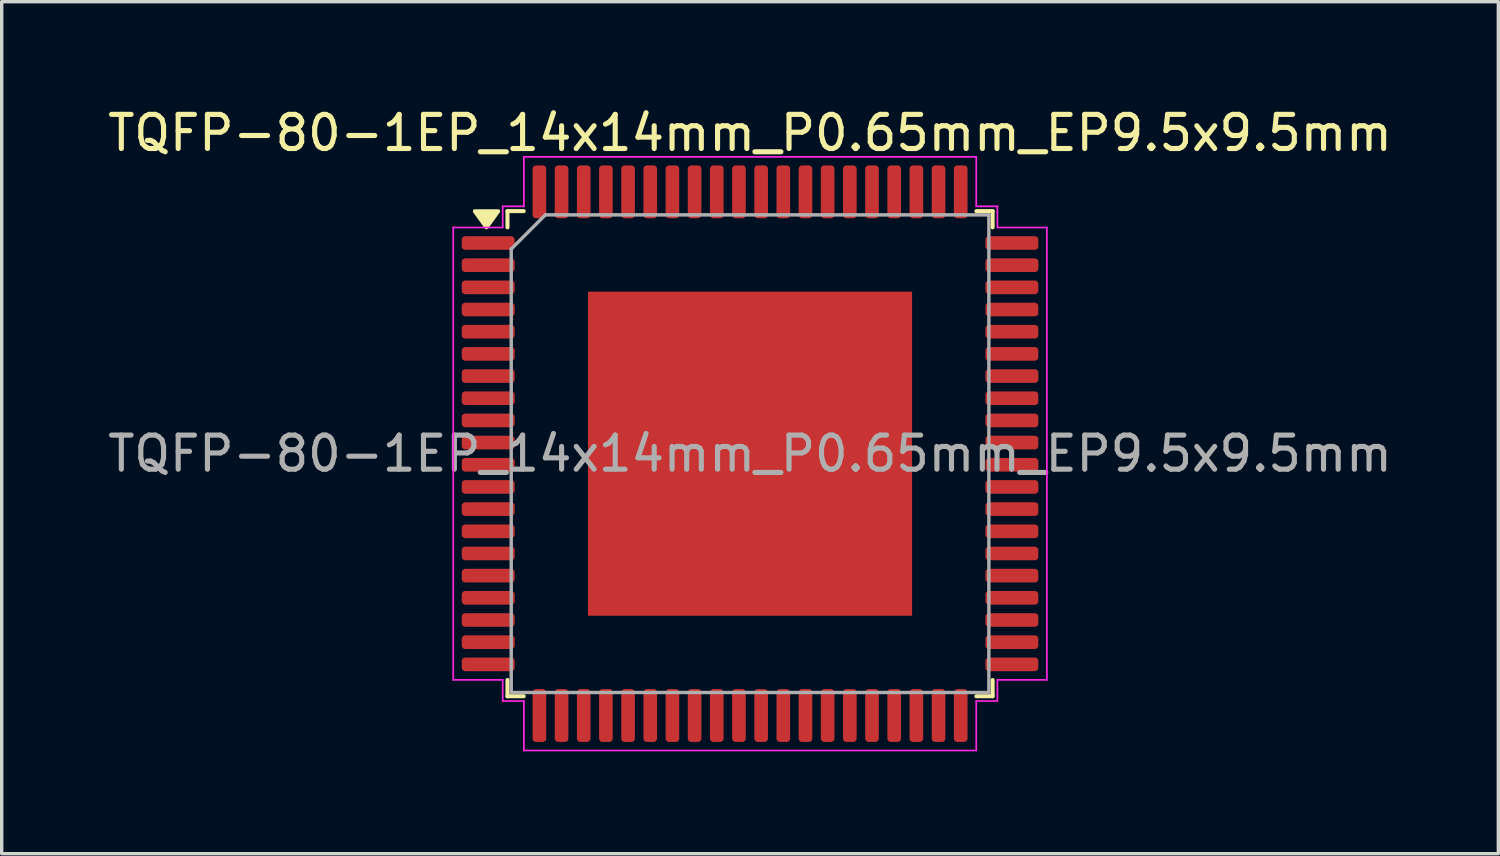
<source format=kicad_pcb>
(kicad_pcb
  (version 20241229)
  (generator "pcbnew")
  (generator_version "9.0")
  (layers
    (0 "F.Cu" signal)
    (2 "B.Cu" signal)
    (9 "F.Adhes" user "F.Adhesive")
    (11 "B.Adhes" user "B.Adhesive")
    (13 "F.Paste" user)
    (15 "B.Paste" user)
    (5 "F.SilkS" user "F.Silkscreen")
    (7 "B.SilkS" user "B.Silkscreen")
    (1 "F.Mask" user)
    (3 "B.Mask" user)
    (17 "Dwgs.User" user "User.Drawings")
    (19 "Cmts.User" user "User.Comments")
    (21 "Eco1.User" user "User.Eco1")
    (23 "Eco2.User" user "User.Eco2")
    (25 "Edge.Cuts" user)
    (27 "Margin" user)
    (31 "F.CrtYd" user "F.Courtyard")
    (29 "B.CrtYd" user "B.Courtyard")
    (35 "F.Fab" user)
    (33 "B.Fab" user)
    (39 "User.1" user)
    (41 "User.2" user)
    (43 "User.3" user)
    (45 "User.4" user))
  (footprint "TQFP-80-1EP_14x14mm_P0.65mm_EP9.5x9.5mm"
    (layer "F.Cu")
    (at 18.935 10.248)
    (property "Reference" "TQFP-80-1EP_14x14mm_P0.65mm_EP9.5x9.5mm" (at 0 -9.4 0) (layer "F.SilkS") (effects (font (size 1 1) (thickness 0.15))))
    (attr smd)
    (fp_line (start -7.11 -7.11) (end -7.11 -6.635) (stroke (width 0.12) (type solid)) (layer "F.SilkS"))
    (fp_line (start -7.11 7.11) (end -7.11 6.635) (stroke (width 0.12) (type solid)) (layer "F.SilkS"))
    (fp_line (start -6.635 -7.11) (end -7.11 -7.11) (stroke (width 0.12) (type solid)) (layer "F.SilkS"))
    (fp_line (start -6.635 7.11) (end -7.11 7.11) (stroke (width 0.12) (type solid)) (layer "F.SilkS"))
    (fp_line (start 6.635 -7.11) (end 7.11 -7.11) (stroke (width 0.12) (type solid)) (layer "F.SilkS"))
    (fp_line (start 6.635 7.11) (end 7.11 7.11) (stroke (width 0.12) (type solid)) (layer "F.SilkS"))
    (fp_line (start 7.11 -7.11) (end 7.11 -6.635) (stroke (width 0.12) (type solid)) (layer "F.SilkS"))
    (fp_line (start 7.11 7.11) (end 7.11 6.635) (stroke (width 0.12) (type solid)) (layer "F.SilkS"))
    (fp_poly (pts (xy -7.725 -6.635) (xy -8.065 -7.105) (xy -7.385 -7.105)) (stroke (width 0.12) (type solid)) (fill yes) (layer "F.SilkS"))
    (fp_line (start -8.7 -6.63) (end -7.25 -6.63) (stroke (width 0.05) (type solid)) (layer "F.CrtYd"))
    (fp_line (start -8.7 6.63) (end -8.7 -6.63) (stroke (width 0.05) (type solid)) (layer "F.CrtYd"))
    (fp_line (start -7.25 -7.25) (end -6.63 -7.25) (stroke (width 0.05) (type solid)) (layer "F.CrtYd"))
    (fp_line (start -7.25 -6.63) (end -7.25 -7.25) (stroke (width 0.05) (type solid)) (layer "F.CrtYd"))
    (fp_line (start -7.25 6.63) (end -8.7 6.63) (stroke (width 0.05) (type solid)) (layer "F.CrtYd"))
    (fp_line (start -7.25 7.25) (end -7.25 6.63) (stroke (width 0.05) (type solid)) (layer "F.CrtYd"))
    (fp_line (start -6.63 -8.7) (end 6.63 -8.7) (stroke (width 0.05) (type solid)) (layer "F.CrtYd"))
    (fp_line (start -6.63 -7.25) (end -6.63 -8.7) (stroke (width 0.05) (type solid)) (layer "F.CrtYd"))
    (fp_line (start -6.63 7.25) (end -7.25 7.25) (stroke (width 0.05) (type solid)) (layer "F.CrtYd"))
    (fp_line (start -6.63 8.7) (end -6.63 7.25) (stroke (width 0.05) (type solid)) (layer "F.CrtYd"))
    (fp_line (start 6.63 -8.7) (end 6.63 -7.25) (stroke (width 0.05) (type solid)) (layer "F.CrtYd"))
    (fp_line (start 6.63 -7.25) (end 7.25 -7.25) (stroke (width 0.05) (type solid)) (layer "F.CrtYd"))
    (fp_line (start 6.63 7.25) (end 6.63 8.7) (stroke (width 0.05) (type solid)) (layer "F.CrtYd"))
    (fp_line (start 6.63 8.7) (end -6.63 8.7) (stroke (width 0.05) (type solid)) (layer "F.CrtYd"))
    (fp_line (start 7.25 -7.25) (end 7.25 -6.63) (stroke (width 0.05) (type solid)) (layer "F.CrtYd"))
    (fp_line (start 7.25 -6.63) (end 8.7 -6.63) (stroke (width 0.05) (type solid)) (layer "F.CrtYd"))
    (fp_line (start 7.25 6.63) (end 7.25 7.25) (stroke (width 0.05) (type solid)) (layer "F.CrtYd"))
    (fp_line (start 7.25 7.25) (end 6.63 7.25) (stroke (width 0.05) (type solid)) (layer "F.CrtYd"))
    (fp_line (start 8.7 -6.63) (end 8.7 6.63) (stroke (width 0.05) (type solid)) (layer "F.CrtYd"))
    (fp_line (start 8.7 6.63) (end 7.25 6.63) (stroke (width 0.05) (type solid)) (layer "F.CrtYd"))
    (fp_line (start -7 -6) (end -6 -7) (stroke (width 0.1) (type solid)) (layer "F.Fab"))
    (fp_line (start -7 7) (end -7 -6) (stroke (width 0.1) (type solid)) (layer "F.Fab"))
    (fp_line (start -6 -7) (end 7 -7) (stroke (width 0.1) (type solid)) (layer "F.Fab"))
    (fp_line (start 7 -7) (end 7 7) (stroke (width 0.1) (type solid)) (layer "F.Fab"))
    (fp_line (start 7 7) (end -7 7) (stroke (width 0.1) (type solid)) (layer "F.Fab"))
    (fp_text user "${REFERENCE}" (at 0 0 0) (layer "F.Fab") (effects (font (size 1 1) (thickness 0.15))))
    (pad "" smd roundrect (at -3.95 -3.95) (size 1.28 1.28) (layers "F.Paste") (roundrect_rratio 0.195))
    (pad "" smd roundrect (at -3.95 -2.37) (size 1.28 1.28) (layers "F.Paste") (roundrect_rratio 0.195))
    (pad "" smd roundrect (at -3.95 -0.79) (size 1.28 1.28) (layers "F.Paste") (roundrect_rratio 0.195))
    (pad "" smd roundrect (at -3.95 0.79) (size 1.28 1.28) (layers "F.Paste") (roundrect_rratio 0.195))
    (pad "" smd roundrect (at -3.95 2.37) (size 1.28 1.28) (layers "F.Paste") (roundrect_rratio 0.195))
    (pad "" smd roundrect (at -3.95 3.95) (size 1.28 1.28) (layers "F.Paste") (roundrect_rratio 0.195))
    (pad "" smd roundrect (at -2.37 -3.95) (size 1.28 1.28) (layers "F.Paste") (roundrect_rratio 0.195))
    (pad "" smd roundrect (at -2.37 -2.37) (size 1.28 1.28) (layers "F.Paste") (roundrect_rratio 0.195))
    (pad "" smd roundrect (at -2.37 -0.79) (size 1.28 1.28) (layers "F.Paste") (roundrect_rratio 0.195))
    (pad "" smd roundrect (at -2.37 0.79) (size 1.28 1.28) (layers "F.Paste") (roundrect_rratio 0.195))
    (pad "" smd roundrect (at -2.37 2.37) (size 1.28 1.28) (layers "F.Paste") (roundrect_rratio 0.195))
    (pad "" smd roundrect (at -2.37 3.95) (size 1.28 1.28) (layers "F.Paste") (roundrect_rratio 0.195))
    (pad "" smd roundrect (at -0.79 -3.95) (size 1.28 1.28) (layers "F.Paste") (roundrect_rratio 0.195))
    (pad "" smd roundrect (at -0.79 -2.37) (size 1.28 1.28) (layers "F.Paste") (roundrect_rratio 0.195))
    (pad "" smd roundrect (at -0.79 -0.79) (size 1.28 1.28) (layers "F.Paste") (roundrect_rratio 0.195))
    (pad "" smd roundrect (at -0.79 0.79) (size 1.28 1.28) (layers "F.Paste") (roundrect_rratio 0.195))
    (pad "" smd roundrect (at -0.79 2.37) (size 1.28 1.28) (layers "F.Paste") (roundrect_rratio 0.195))
    (pad "" smd roundrect (at -0.79 3.95) (size 1.28 1.28) (layers "F.Paste") (roundrect_rratio 0.195))
    (pad "" smd roundrect (at 0.79 -3.95) (size 1.28 1.28) (layers "F.Paste") (roundrect_rratio 0.195))
    (pad "" smd roundrect (at 0.79 -2.37) (size 1.28 1.28) (layers "F.Paste") (roundrect_rratio 0.195))
    (pad "" smd roundrect (at 0.79 -0.79) (size 1.28 1.28) (layers "F.Paste") (roundrect_rratio 0.195))
    (pad "" smd roundrect (at 0.79 0.79) (size 1.28 1.28) (layers "F.Paste") (roundrect_rratio 0.195))
    (pad "" smd roundrect (at 0.79 2.37) (size 1.28 1.28) (layers "F.Paste") (roundrect_rratio 0.195))
    (pad "" smd roundrect (at 0.79 3.95) (size 1.28 1.28) (layers "F.Paste") (roundrect_rratio 0.195))
    (pad "" smd roundrect (at 2.37 -3.95) (size 1.28 1.28) (layers "F.Paste") (roundrect_rratio 0.195))
    (pad "" smd roundrect (at 2.37 -2.37) (size 1.28 1.28) (layers "F.Paste") (roundrect_rratio 0.195))
    (pad "" smd roundrect (at 2.37 -0.79) (size 1.28 1.28) (layers "F.Paste") (roundrect_rratio 0.195))
    (pad "" smd roundrect (at 2.37 0.79) (size 1.28 1.28) (layers "F.Paste") (roundrect_rratio 0.195))
    (pad "" smd roundrect (at 2.37 2.37) (size 1.28 1.28) (layers "F.Paste") (roundrect_rratio 0.195))
    (pad "" smd roundrect (at 2.37 3.95) (size 1.28 1.28) (layers "F.Paste") (roundrect_rratio 0.195))
    (pad "" smd roundrect (at 3.95 -3.95) (size 1.28 1.28) (layers "F.Paste") (roundrect_rratio 0.195))
    (pad "" smd roundrect (at 3.95 -2.37) (size 1.28 1.28) (layers "F.Paste") (roundrect_rratio 0.195))
    (pad "" smd roundrect (at 3.95 -0.79) (size 1.28 1.28) (layers "F.Paste") (roundrect_rratio 0.195))
    (pad "" smd roundrect (at 3.95 0.79) (size 1.28 1.28) (layers "F.Paste") (roundrect_rratio 0.195))
    (pad "" smd roundrect (at 3.95 2.37) (size 1.28 1.28) (layers "F.Paste") (roundrect_rratio 0.195))
    (pad "" smd roundrect (at 3.95 3.95) (size 1.28 1.28) (layers "F.Paste") (roundrect_rratio 0.195))
    (pad "1" smd roundrect (at -7.675 -6.175) (size 1.55 0.4) (layers "F.Cu" "F.Mask" "F.Paste") (roundrect_rratio 0.25))
    (pad "2" smd roundrect (at -7.675 -5.525) (size 1.55 0.4) (layers "F.Cu" "F.Mask" "F.Paste") (roundrect_rratio 0.25))
    (pad "3" smd roundrect (at -7.675 -4.875) (size 1.55 0.4) (layers "F.Cu" "F.Mask" "F.Paste") (roundrect_rratio 0.25))
    (pad "4" smd roundrect (at -7.675 -4.225) (size 1.55 0.4) (layers "F.Cu" "F.Mask" "F.Paste") (roundrect_rratio 0.25))
    (pad "5" smd roundrect (at -7.675 -3.575) (size 1.55 0.4) (layers "F.Cu" "F.Mask" "F.Paste") (roundrect_rratio 0.25))
    (pad "6" smd roundrect (at -7.675 -2.925) (size 1.55 0.4) (layers "F.Cu" "F.Mask" "F.Paste") (roundrect_rratio 0.25))
    (pad "7" smd roundrect (at -7.675 -2.275) (size 1.55 0.4) (layers "F.Cu" "F.Mask" "F.Paste") (roundrect_rratio 0.25))
    (pad "8" smd roundrect (at -7.675 -1.625) (size 1.55 0.4) (layers "F.Cu" "F.Mask" "F.Paste") (roundrect_rratio 0.25))
    (pad "9" smd roundrect (at -7.675 -0.975) (size 1.55 0.4) (layers "F.Cu" "F.Mask" "F.Paste") (roundrect_rratio 0.25))
    (pad "10" smd roundrect (at -7.675 -0.325) (size 1.55 0.4) (layers "F.Cu" "F.Mask" "F.Paste") (roundrect_rratio 0.25))
    (pad "11" smd roundrect (at -7.675 0.325) (size 1.55 0.4) (layers "F.Cu" "F.Mask" "F.Paste") (roundrect_rratio 0.25))
    (pad "12" smd roundrect (at -7.675 0.975) (size 1.55 0.4) (layers "F.Cu" "F.Mask" "F.Paste") (roundrect_rratio 0.25))
    (pad "13" smd roundrect (at -7.675 1.625) (size 1.55 0.4) (layers "F.Cu" "F.Mask" "F.Paste") (roundrect_rratio 0.25))
    (pad "14" smd roundrect (at -7.675 2.275) (size 1.55 0.4) (layers "F.Cu" "F.Mask" "F.Paste") (roundrect_rratio 0.25))
    (pad "15" smd roundrect (at -7.675 2.925) (size 1.55 0.4) (layers "F.Cu" "F.Mask" "F.Paste") (roundrect_rratio 0.25))
    (pad "16" smd roundrect (at -7.675 3.575) (size 1.55 0.4) (layers "F.Cu" "F.Mask" "F.Paste") (roundrect_rratio 0.25))
    (pad "17" smd roundrect (at -7.675 4.225) (size 1.55 0.4) (layers "F.Cu" "F.Mask" "F.Paste") (roundrect_rratio 0.25))
    (pad "18" smd roundrect (at -7.675 4.875) (size 1.55 0.4) (layers "F.Cu" "F.Mask" "F.Paste") (roundrect_rratio 0.25))
    (pad "19" smd roundrect (at -7.675 5.525) (size 1.55 0.4) (layers "F.Cu" "F.Mask" "F.Paste") (roundrect_rratio 0.25))
    (pad "20" smd roundrect (at -7.675 6.175) (size 1.55 0.4) (layers "F.Cu" "F.Mask" "F.Paste") (roundrect_rratio 0.25))
    (pad "21" smd roundrect (at -6.175 7.675) (size 0.4 1.55) (layers "F.Cu" "F.Mask" "F.Paste") (roundrect_rratio 0.25))
    (pad "22" smd roundrect (at -5.525 7.675) (size 0.4 1.55) (layers "F.Cu" "F.Mask" "F.Paste") (roundrect_rratio 0.25))
    (pad "23" smd roundrect (at -4.875 7.675) (size 0.4 1.55) (layers "F.Cu" "F.Mask" "F.Paste") (roundrect_rratio 0.25))
    (pad "24" smd roundrect (at -4.225 7.675) (size 0.4 1.55) (layers "F.Cu" "F.Mask" "F.Paste") (roundrect_rratio 0.25))
    (pad "25" smd roundrect (at -3.575 7.675) (size 0.4 1.55) (layers "F.Cu" "F.Mask" "F.Paste") (roundrect_rratio 0.25))
    (pad "26" smd roundrect (at -2.925 7.675) (size 0.4 1.55) (layers "F.Cu" "F.Mask" "F.Paste") (roundrect_rratio 0.25))
    (pad "27" smd roundrect (at -2.275 7.675) (size 0.4 1.55) (layers "F.Cu" "F.Mask" "F.Paste") (roundrect_rratio 0.25))
    (pad "28" smd roundrect (at -1.625 7.675) (size 0.4 1.55) (layers "F.Cu" "F.Mask" "F.Paste") (roundrect_rratio 0.25))
    (pad "29" smd roundrect (at -0.975 7.675) (size 0.4 1.55) (layers "F.Cu" "F.Mask" "F.Paste") (roundrect_rratio 0.25))
    (pad "30" smd roundrect (at -0.325 7.675) (size 0.4 1.55) (layers "F.Cu" "F.Mask" "F.Paste") (roundrect_rratio 0.25))
    (pad "31" smd roundrect (at 0.325 7.675) (size 0.4 1.55) (layers "F.Cu" "F.Mask" "F.Paste") (roundrect_rratio 0.25))
    (pad "32" smd roundrect (at 0.975 7.675) (size 0.4 1.55) (layers "F.Cu" "F.Mask" "F.Paste") (roundrect_rratio 0.25))
    (pad "33" smd roundrect (at 1.625 7.675) (size 0.4 1.55) (layers "F.Cu" "F.Mask" "F.Paste") (roundrect_rratio 0.25))
    (pad "34" smd roundrect (at 2.275 7.675) (size 0.4 1.55) (layers "F.Cu" "F.Mask" "F.Paste") (roundrect_rratio 0.25))
    (pad "35" smd roundrect (at 2.925 7.675) (size 0.4 1.55) (layers "F.Cu" "F.Mask" "F.Paste") (roundrect_rratio 0.25))
    (pad "36" smd roundrect (at 3.575 7.675) (size 0.4 1.55) (layers "F.Cu" "F.Mask" "F.Paste") (roundrect_rratio 0.25))
    (pad "37" smd roundrect (at 4.225 7.675) (size 0.4 1.55) (layers "F.Cu" "F.Mask" "F.Paste") (roundrect_rratio 0.25))
    (pad "38" smd roundrect (at 4.875 7.675) (size 0.4 1.55) (layers "F.Cu" "F.Mask" "F.Paste") (roundrect_rratio 0.25))
    (pad "39" smd roundrect (at 5.525 7.675) (size 0.4 1.55) (layers "F.Cu" "F.Mask" "F.Paste") (roundrect_rratio 0.25))
    (pad "40" smd roundrect (at 6.175 7.675) (size 0.4 1.55) (layers "F.Cu" "F.Mask" "F.Paste") (roundrect_rratio 0.25))
    (pad "41" smd roundrect (at 7.675 6.175) (size 1.55 0.4) (layers "F.Cu" "F.Mask" "F.Paste") (roundrect_rratio 0.25))
    (pad "42" smd roundrect (at 7.675 5.525) (size 1.55 0.4) (layers "F.Cu" "F.Mask" "F.Paste") (roundrect_rratio 0.25))
    (pad "43" smd roundrect (at 7.675 4.875) (size 1.55 0.4) (layers "F.Cu" "F.Mask" "F.Paste") (roundrect_rratio 0.25))
    (pad "44" smd roundrect (at 7.675 4.225) (size 1.55 0.4) (layers "F.Cu" "F.Mask" "F.Paste") (roundrect_rratio 0.25))
    (pad "45" smd roundrect (at 7.675 3.575) (size 1.55 0.4) (layers "F.Cu" "F.Mask" "F.Paste") (roundrect_rratio 0.25))
    (pad "46" smd roundrect (at 7.675 2.925) (size 1.55 0.4) (layers "F.Cu" "F.Mask" "F.Paste") (roundrect_rratio 0.25))
    (pad "47" smd roundrect (at 7.675 2.275) (size 1.55 0.4) (layers "F.Cu" "F.Mask" "F.Paste") (roundrect_rratio 0.25))
    (pad "48" smd roundrect (at 7.675 1.625) (size 1.55 0.4) (layers "F.Cu" "F.Mask" "F.Paste") (roundrect_rratio 0.25))
    (pad "49" smd roundrect (at 7.675 0.975) (size 1.55 0.4) (layers "F.Cu" "F.Mask" "F.Paste") (roundrect_rratio 0.25))
    (pad "50" smd roundrect (at 7.675 0.325) (size 1.55 0.4) (layers "F.Cu" "F.Mask" "F.Paste") (roundrect_rratio 0.25))
    (pad "51" smd roundrect (at 7.675 -0.325) (size 1.55 0.4) (layers "F.Cu" "F.Mask" "F.Paste") (roundrect_rratio 0.25))
    (pad "52" smd roundrect (at 7.675 -0.975) (size 1.55 0.4) (layers "F.Cu" "F.Mask" "F.Paste") (roundrect_rratio 0.25))
    (pad "53" smd roundrect (at 7.675 -1.625) (size 1.55 0.4) (layers "F.Cu" "F.Mask" "F.Paste") (roundrect_rratio 0.25))
    (pad "54" smd roundrect (at 7.675 -2.275) (size 1.55 0.4) (layers "F.Cu" "F.Mask" "F.Paste") (roundrect_rratio 0.25))
    (pad "55" smd roundrect (at 7.675 -2.925) (size 1.55 0.4) (layers "F.Cu" "F.Mask" "F.Paste") (roundrect_rratio 0.25))
    (pad "56" smd roundrect (at 7.675 -3.575) (size 1.55 0.4) (layers "F.Cu" "F.Mask" "F.Paste") (roundrect_rratio 0.25))
    (pad "57" smd roundrect (at 7.675 -4.225) (size 1.55 0.4) (layers "F.Cu" "F.Mask" "F.Paste") (roundrect_rratio 0.25))
    (pad "58" smd roundrect (at 7.675 -4.875) (size 1.55 0.4) (layers "F.Cu" "F.Mask" "F.Paste") (roundrect_rratio 0.25))
    (pad "59" smd roundrect (at 7.675 -5.525) (size 1.55 0.4) (layers "F.Cu" "F.Mask" "F.Paste") (roundrect_rratio 0.25))
    (pad "60" smd roundrect (at 7.675 -6.175) (size 1.55 0.4) (layers "F.Cu" "F.Mask" "F.Paste") (roundrect_rratio 0.25))
    (pad "61" smd roundrect (at 6.175 -7.675) (size 0.4 1.55) (layers "F.Cu" "F.Mask" "F.Paste") (roundrect_rratio 0.25))
    (pad "62" smd roundrect (at 5.525 -7.675) (size 0.4 1.55) (layers "F.Cu" "F.Mask" "F.Paste") (roundrect_rratio 0.25))
    (pad "63" smd roundrect (at 4.875 -7.675) (size 0.4 1.55) (layers "F.Cu" "F.Mask" "F.Paste") (roundrect_rratio 0.25))
    (pad "64" smd roundrect (at 4.225 -7.675) (size 0.4 1.55) (layers "F.Cu" "F.Mask" "F.Paste") (roundrect_rratio 0.25))
    (pad "65" smd roundrect (at 3.575 -7.675) (size 0.4 1.55) (layers "F.Cu" "F.Mask" "F.Paste") (roundrect_rratio 0.25))
    (pad "66" smd roundrect (at 2.925 -7.675) (size 0.4 1.55) (layers "F.Cu" "F.Mask" "F.Paste") (roundrect_rratio 0.25))
    (pad "67" smd roundrect (at 2.275 -7.675) (size 0.4 1.55) (layers "F.Cu" "F.Mask" "F.Paste") (roundrect_rratio 0.25))
    (pad "68" smd roundrect (at 1.625 -7.675) (size 0.4 1.55) (layers "F.Cu" "F.Mask" "F.Paste") (roundrect_rratio 0.25))
    (pad "69" smd roundrect (at 0.975 -7.675) (size 0.4 1.55) (layers "F.Cu" "F.Mask" "F.Paste") (roundrect_rratio 0.25))
    (pad "70" smd roundrect (at 0.325 -7.675) (size 0.4 1.55) (layers "F.Cu" "F.Mask" "F.Paste") (roundrect_rratio 0.25))
    (pad "71" smd roundrect (at -0.325 -7.675) (size 0.4 1.55) (layers "F.Cu" "F.Mask" "F.Paste") (roundrect_rratio 0.25))
    (pad "72" smd roundrect (at -0.975 -7.675) (size 0.4 1.55) (layers "F.Cu" "F.Mask" "F.Paste") (roundrect_rratio 0.25))
    (pad "73" smd roundrect (at -1.625 -7.675) (size 0.4 1.55) (layers "F.Cu" "F.Mask" "F.Paste") (roundrect_rratio 0.25))
    (pad "74" smd roundrect (at -2.275 -7.675) (size 0.4 1.55) (layers "F.Cu" "F.Mask" "F.Paste") (roundrect_rratio 0.25))
    (pad "75" smd roundrect (at -2.925 -7.675) (size 0.4 1.55) (layers "F.Cu" "F.Mask" "F.Paste") (roundrect_rratio 0.25))
    (pad "76" smd roundrect (at -3.575 -7.675) (size 0.4 1.55) (layers "F.Cu" "F.Mask" "F.Paste") (roundrect_rratio 0.25))
    (pad "77" smd roundrect (at -4.225 -7.675) (size 0.4 1.55) (layers "F.Cu" "F.Mask" "F.Paste") (roundrect_rratio 0.25))
    (pad "78" smd roundrect (at -4.875 -7.675) (size 0.4 1.55) (layers "F.Cu" "F.Mask" "F.Paste") (roundrect_rratio 0.25))
    (pad "79" smd roundrect (at -5.525 -7.675) (size 0.4 1.55) (layers "F.Cu" "F.Mask" "F.Paste") (roundrect_rratio 0.25))
    (pad "80" smd roundrect (at -6.175 -7.675) (size 0.4 1.55) (layers "F.Cu" "F.Mask" "F.Paste") (roundrect_rratio 0.25))
    (pad "81" smd rect (at 0 0) (size 9.5 9.5) (property pad_prop_heatsink) (layers "F.Cu" "F.Mask")))
  (gr_rect
    (start -3 -3)
    (end 40.869 21.973)
    (stroke (width 0.1) (type default))
    (fill no)
    (layer "Edge.Cuts")))
</source>
